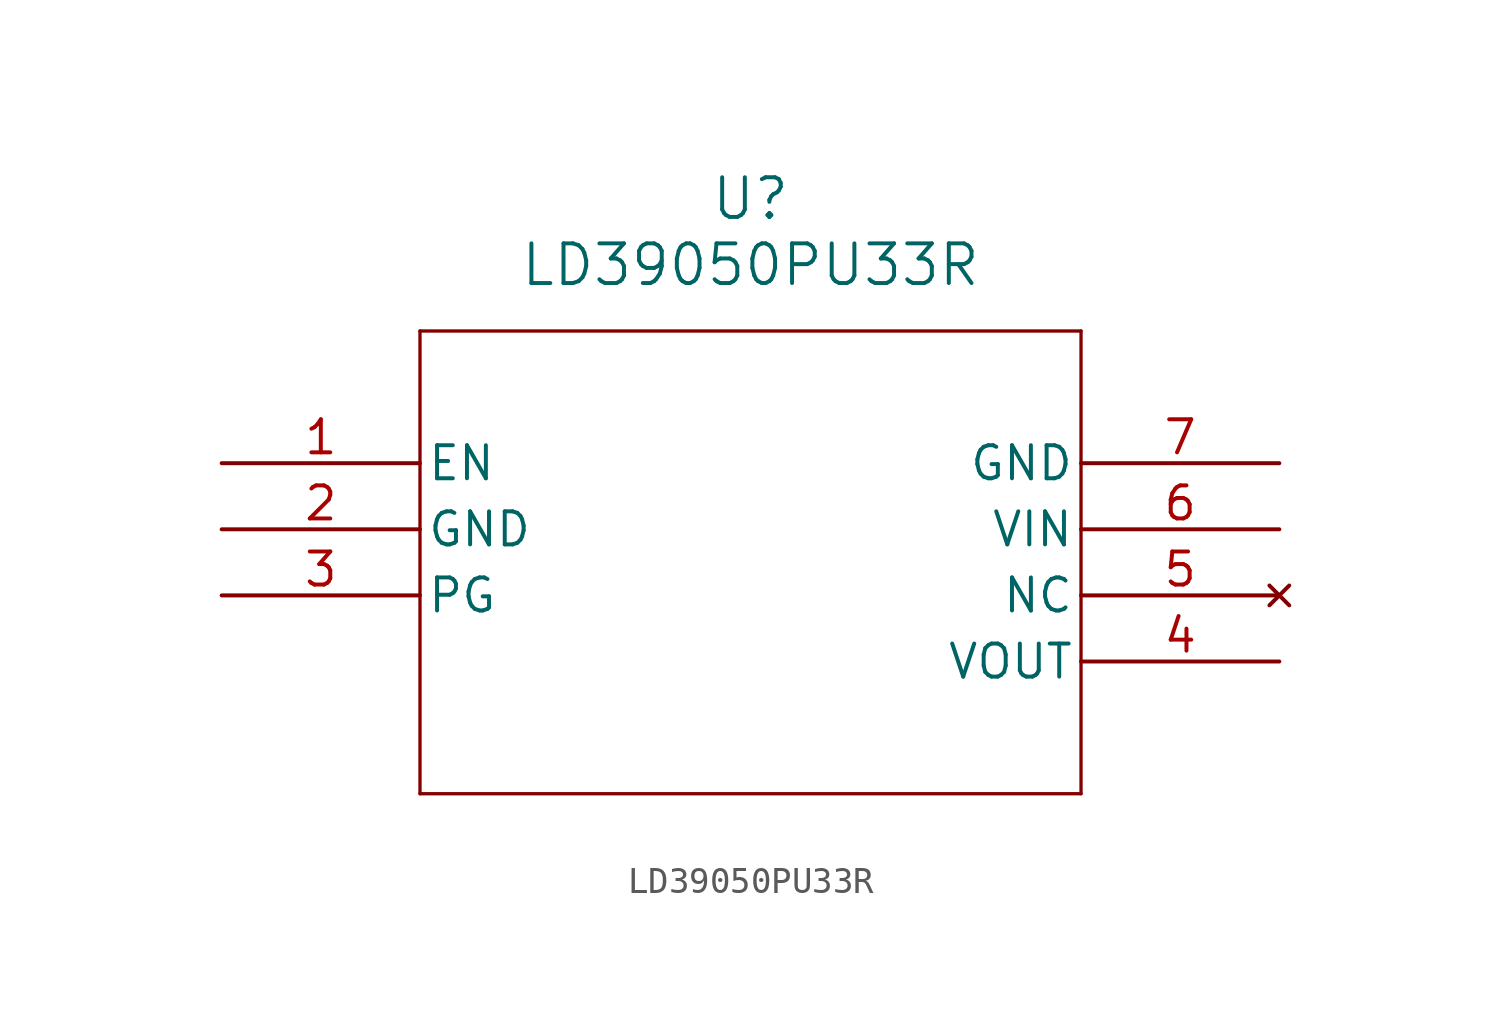
<source format=kicad_sym>
(kicad_symbol_lib
  (version 20211014)
  (generator kicad_symbol_editor)
  (symbol "LD39050PU33R"
    (pin_names
      (offset 0.254))
    (property "Reference" "U"
      (at 20.32 10.16 0)
      (effects (font (size 1.524 1.524))))
    (property "Value" "LD39050PU33R"
      (at 20.32 7.62 0)
      (effects (font (size 1.524 1.524))))
    (symbol "LD39050PU33R_0_1"
      (polyline (pts (xy 7.62 5.08) (xy 7.62 -12.7)) (stroke (width 0.127) (type default) (color 0 0 0 0)) (fill (type none)))
      (polyline (pts (xy 7.62 -12.7) (xy 33.02 -12.7)) (stroke (width 0.127) (type default) (color 0 0 0 0)) (fill (type none)))
      (polyline (pts (xy 33.02 -12.7) (xy 33.02 5.08)) (stroke (width 0.127) (type default) (color 0 0 0 0)) (fill (type none)))
      (polyline (pts (xy 33.02 5.08) (xy 7.62 5.08)) (stroke (width 0.127) (type default) (color 0 0 0 0)) (fill (type none)))
      (pin input line (at 0 0 0) (length 7.62) (name "EN" (effects (font (size 1.27 1.27)))) (number "1" (effects (font (size 1.27 1.27)))))
      (pin power_in line (at 0 -2.54 0) (length 7.62) (name "GND" (effects (font (size 1.27 1.27)))) (number "2" (effects (font (size 1.27 1.27)))))
      (pin power_in line (at 0 -5.08 0) (length 7.62) (name "PG" (effects (font (size 1.27 1.27)))) (number "3" (effects (font (size 1.27 1.27)))))
      (pin output line (at 40.64 -7.62 180) (length 7.62) (name "VOUT" (effects (font (size 1.27 1.27)))) (number "4" (effects (font (size 1.27 1.27)))))
      (pin no_connect line (at 40.64 -5.08 180) (length 7.62) (name "NC" (effects (font (size 1.27 1.27)))) (number "5" (effects (font (size 1.27 1.27)))))
      (pin input line (at 40.64 -2.54 180) (length 7.62) (name "VIN" (effects (font (size 1.27 1.27)))) (number "6" (effects (font (size 1.27 1.27)))))
      (pin power_in line (at 40.64 0 180) (length 7.62) (name "GND" (effects (font (size 1.27 1.27)))) (number "7" (effects (font (size 1.27 1.27))))))))
</source>
